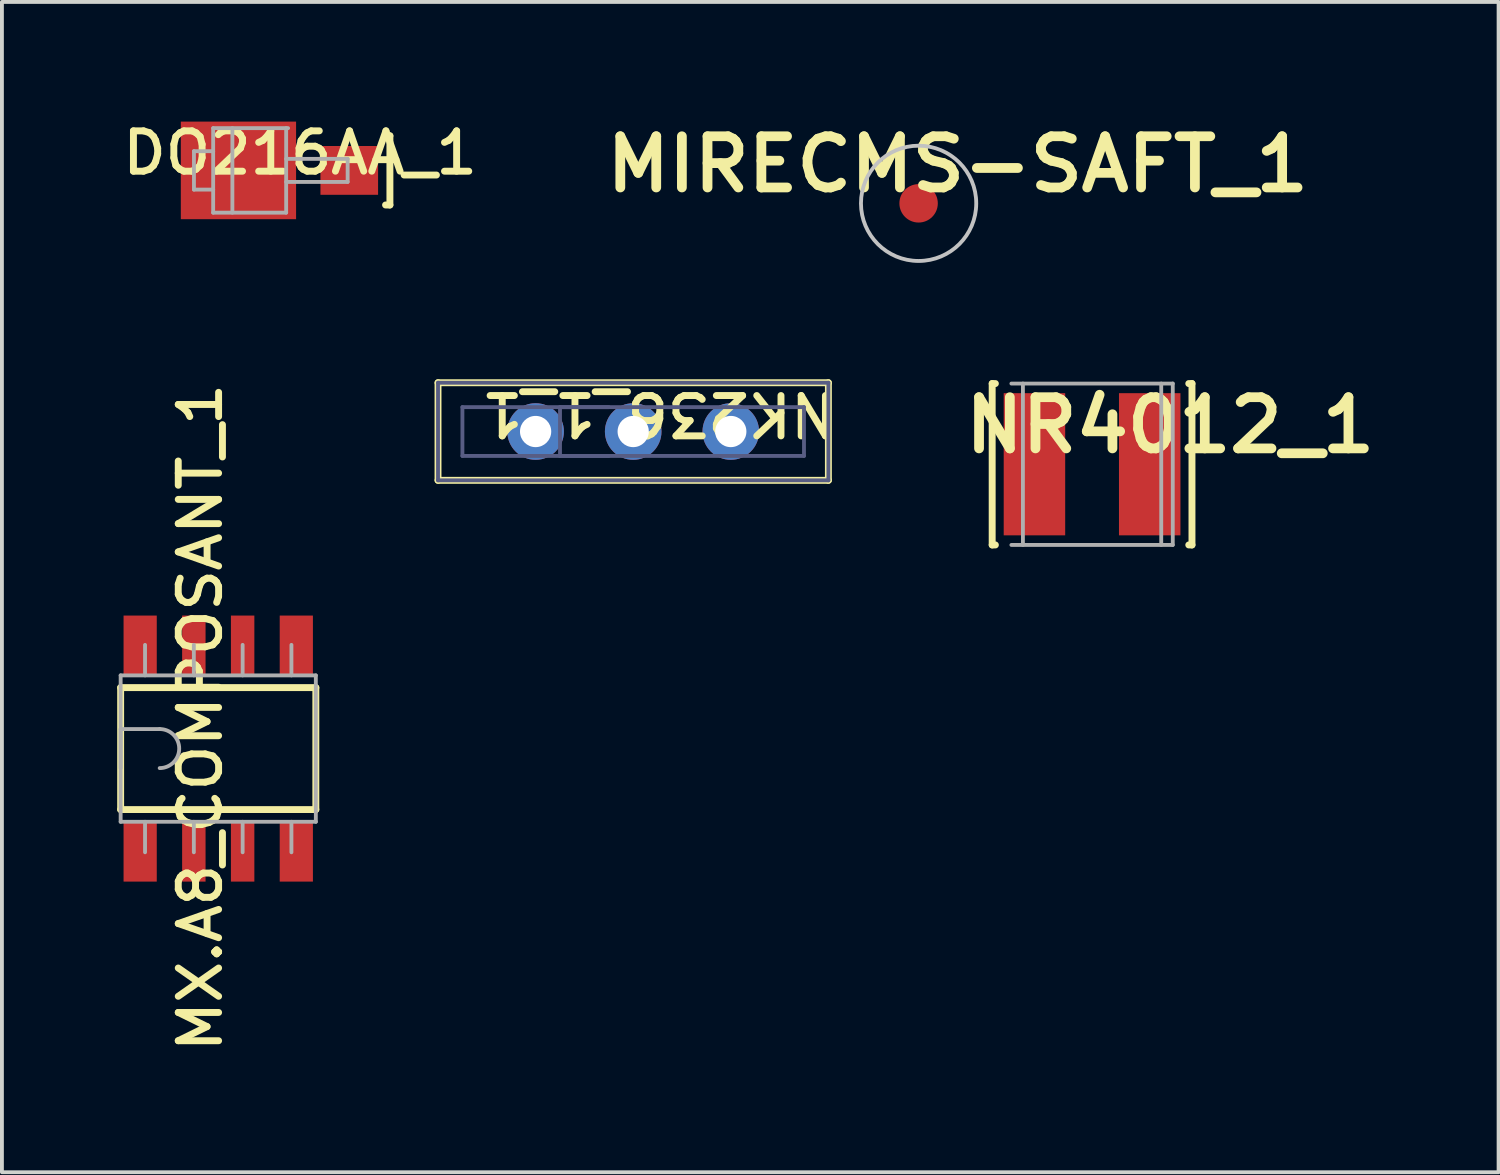
<source format=kicad_pcb>
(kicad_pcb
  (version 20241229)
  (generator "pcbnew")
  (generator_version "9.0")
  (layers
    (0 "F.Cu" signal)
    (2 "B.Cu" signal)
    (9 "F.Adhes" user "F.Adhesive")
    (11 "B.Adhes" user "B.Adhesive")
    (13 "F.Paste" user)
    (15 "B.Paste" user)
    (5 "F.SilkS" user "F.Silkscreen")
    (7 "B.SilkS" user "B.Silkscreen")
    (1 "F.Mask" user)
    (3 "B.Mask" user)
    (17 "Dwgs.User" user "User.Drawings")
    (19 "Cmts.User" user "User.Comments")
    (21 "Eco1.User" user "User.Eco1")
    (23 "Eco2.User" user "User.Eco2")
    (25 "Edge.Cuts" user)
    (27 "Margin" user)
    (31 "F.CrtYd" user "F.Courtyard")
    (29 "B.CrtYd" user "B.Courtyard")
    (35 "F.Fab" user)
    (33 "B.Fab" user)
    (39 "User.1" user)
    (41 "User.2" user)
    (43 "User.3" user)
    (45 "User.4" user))
  (footprint "NK236_1_1"
    (layer "F.Cu")
    (at 13.43 8.181)
    (property "Reference" "NK236_1_1" (at 0.666 -0.46 180) (unlocked yes) (layer "F.SilkS") (effects (font (size 1.05 1.104) (thickness 0.18))))
    (attr smd)
    (fp_line (start -5.08 -1.27) (end -5.08 1.27) (stroke (width 0.18) (type solid)) (layer "F.SilkS"))
    (fp_line (start 5.08 -1.27) (end -5.08 -1.27) (stroke (width 0.18) (type solid)) (layer "F.SilkS"))
    (fp_line (start 5.08 -1.27) (end 5.08 1.27) (stroke (width 0.18) (type solid)) (layer "F.SilkS"))
    (fp_line (start 5.08 1.27) (end -5.08 1.27) (stroke (width 0.18) (type solid)) (layer "F.SilkS"))
    (fp_line (start -5.08 -1.27) (end -5.08 1.27) (stroke (width 0.1) (type solid)) (layer "B.Fab"))
    (fp_line (start -4.445 -0.635) (end -4.445 0.635) (stroke (width 0.1) (type solid)) (layer "B.Fab"))
    (fp_line (start -1.905 -0.635) (end -1.905 0.635) (stroke (width 0.1) (type solid)) (layer "B.Fab"))
    (fp_line (start -0.635 -0.635) (end -1.905 -0.635) (stroke (width 0.1) (type solid)) (layer "B.Fab"))
    (fp_line (start -0.635 0.635) (end -1.905 0.635) (stroke (width 0.1) (type solid)) (layer "B.Fab"))
    (fp_line (start 4.445 -0.635) (end -4.445 -0.635) (stroke (width 0.1) (type solid)) (layer "B.Fab"))
    (fp_line (start 4.445 -0.635) (end 4.445 0.635) (stroke (width 0.1) (type solid)) (layer "B.Fab"))
    (fp_line (start 4.445 0.635) (end -4.445 0.635) (stroke (width 0.1) (type solid)) (layer "B.Fab"))
    (fp_line (start 5.08 -1.27) (end -5.08 -1.27) (stroke (width 0.1) (type solid)) (layer "B.Fab"))
    (fp_line (start 5.08 -1.27) (end 5.08 1.27) (stroke (width 0.1) (type solid)) (layer "B.Fab"))
    (fp_line (start 5.08 1.27) (end -5.08 1.27) (stroke (width 0.1) (type solid)) (layer "B.Fab"))
    (pad "1" thru_hole circle (at 0 0 180) (size 1.473 1.473) (drill 0.813) (layers "*.Cu" "*.Mask"))
    (pad "2" thru_hole circle (at -2.54 0 180) (size 1.473 1.473) (drill 0.813) (layers "*.Cu" "*.Mask"))
    (pad "3" thru_hole circle (at 2.54 0 180) (size 1.473 1.473) (drill 0.813) (layers "*.Cu" "*.Mask")))
  (footprint "MX.A8_COMPOSANT_1"
    (layer "F.Cu")
    (at 2.63 16.433)
    (property "Reference" "MX.A8_COMPOSANT_1" (at -0.467 -0.808 90) (unlocked yes) (layer "F.SilkS") (effects (font (size 1.05 1.104) (thickness 0.18))))
    (attr smd)
    (fp_line (start -2.54 -1.587) (end 2.54 -1.587) (stroke (width 0.18) (type solid)) (layer "F.SilkS"))
    (fp_line (start -2.54 1.587) (end -2.54 -1.587) (stroke (width 0.18) (type solid)) (layer "F.SilkS"))
    (fp_line (start -2.54 1.587) (end 2.54 1.587) (stroke (width 0.18) (type solid)) (layer "F.SilkS"))
    (fp_line (start 2.54 1.587) (end 2.54 -1.587) (stroke (width 0.18) (type solid)) (layer "F.SilkS"))
    (fp_line (start -2.54 -1.905) (end 2.54 -1.905) (stroke (width 0.1) (type solid)) (layer "F.Fab"))
    (fp_line (start -2.54 -0.508) (end -1.524 -0.508) (stroke (width 0.1) (type solid)) (layer "F.Fab"))
    (fp_line (start -2.54 0.508) (end -2.54 -0.508) (stroke (width 0.1) (type solid)) (layer "F.Fab"))
    (fp_line (start -2.54 1.905) (end -2.54 -1.905) (stroke (width 0.1) (type solid)) (layer "F.Fab"))
    (fp_line (start -2.54 1.905) (end 2.54 1.905) (stroke (width 0.1) (type solid)) (layer "F.Fab"))
    (fp_line (start -1.905 -1.905) (end -1.905 -2.699) (stroke (width 0.1) (type solid)) (layer "F.Fab"))
    (fp_line (start -1.905 2.699) (end -1.905 1.905) (stroke (width 0.1) (type solid)) (layer "F.Fab"))
    (fp_line (start -0.635 -1.905) (end -0.635 -2.699) (stroke (width 0.1) (type solid)) (layer "F.Fab"))
    (fp_line (start -0.635 2.699) (end -0.635 1.905) (stroke (width 0.1) (type solid)) (layer "F.Fab"))
    (fp_line (start 0.635 -1.905) (end 0.635 -2.699) (stroke (width 0.1) (type solid)) (layer "F.Fab"))
    (fp_line (start 0.635 2.699) (end 0.635 1.905) (stroke (width 0.1) (type solid)) (layer "F.Fab"))
    (fp_line (start 1.905 -1.905) (end 1.905 -2.699) (stroke (width 0.1) (type solid)) (layer "F.Fab"))
    (fp_line (start 1.905 2.699) (end 1.905 1.905) (stroke (width 0.1) (type solid)) (layer "F.Fab"))
    (fp_line (start 2.54 1.905) (end 2.54 -1.905) (stroke (width 0.1) (type solid)) (layer "F.Fab"))
    (fp_arc (start -1.52399 -0.508) (mid -1.01599 0) (end -1.52399 0.508) (stroke (width 0.1) (type solid)) (layer "F.Fab"))
    (pad "1" smd rect (at -2.032 2.7) (size 0.864 1.524) (layers "F.Cu" "F.Mask" "F.Paste"))
    (pad "2" smd rect (at -0.635 2.7) (size 0.61 1.524) (layers "F.Cu" "F.Mask" "F.Paste"))
    (pad "3" smd rect (at 0.635 2.7) (size 0.61 1.524) (layers "F.Cu" "F.Mask" "F.Paste"))
    (pad "4" smd rect (at 2.032 2.7) (size 0.864 1.524) (layers "F.Cu" "F.Mask" "F.Paste"))
    (pad "5" smd rect (at 2.032 -2.7) (size 0.864 1.524) (layers "F.Cu" "F.Mask" "F.Paste"))
    (pad "6" smd rect (at 0.635 -2.7) (size 0.61 1.524) (layers "F.Cu" "F.Mask" "F.Paste"))
    (pad "7" smd rect (at -0.635 -2.7) (size 0.61 1.524) (layers "F.Cu" "F.Mask" "F.Paste"))
    (pad "8" smd rect (at -2.032 -2.7) (size 0.864 1.524) (layers "F.Cu" "F.Mask" "F.Paste")))
  (footprint "MIRECMS-SAFT_1"
    (layer "F.Cu")
    (at 20.858 2.242)
    (property "Reference" "MIRECMS-SAFT_1" (at 1.016 -1.016 0) (unlocked yes) (layer "F.SilkS") (effects (font (size 1.333 1.402) (thickness 0.254))))
    (attr smd)
    (fp_circle (center 0 0) (end 1.5 0) (stroke (width 0.1) (type solid)) (fill no) (layer "Dwgs.User"))
    (pad "1" smd circle (at 0 0) (size 1 1) (layers "F.Cu" "F.Mask" "F.Paste")))
  (footprint "NR4012_1"
    (layer "F.Cu")
    (at 25.373 9.033)
    (property "Reference" "NR4012_1" (at 2.032 -1.016 0) (unlocked yes) (layer "F.SilkS") (effects (font (size 1.333 1.402) (thickness 0.254))))
    (attr smd)
    (fp_line (start -2.6 -2.1) (end -2.517 -2.1) (stroke (width 0.18) (type solid)) (layer "F.SilkS"))
    (fp_line (start -2.6 2.1) (end -2.6 -2.1) (stroke (width 0.18) (type solid)) (layer "F.SilkS"))
    (fp_line (start -2.6 2.1) (end -2.517 2.1) (stroke (width 0.18) (type solid)) (layer "F.SilkS"))
    (fp_line (start 2.517 -2.1) (end 2.6 -2.1) (stroke (width 0.18) (type solid)) (layer "F.SilkS"))
    (fp_line (start 2.517 2.1) (end 2.6 2.1) (stroke (width 0.18) (type solid)) (layer "F.SilkS"))
    (fp_line (start 2.6 2.1) (end 2.6 -2.1) (stroke (width 0.18) (type solid)) (layer "F.SilkS"))
    (fp_line (start -2.1 -2.1) (end 2.1 -2.1) (stroke (width 0.1) (type solid)) (layer "F.Fab"))
    (fp_line (start -2.1 2.1) (end 2.1 2.1) (stroke (width 0.1) (type solid)) (layer "F.Fab"))
    (fp_line (start -1.8 2.1) (end -1.8 -2.1) (stroke (width 0.1) (type solid)) (layer "F.Fab"))
    (fp_line (start 1.8 2.1) (end 1.8 -2.1) (stroke (width 0.1) (type solid)) (layer "F.Fab"))
    (fp_line (start 2.1 2.1) (end 2.1 -2.1) (stroke (width 0.1) (type solid)) (layer "F.Fab"))
    (pad "1" smd rect (at -1.5 0) (size 1.6 3.7) (layers "F.Cu" "F.Mask" "F.Paste"))
    (pad "2" smd rect (at 1.5 0) (size 1.6 3.7) (layers "F.Cu" "F.Mask" "F.Paste")))
  (footprint "DO216AA_1"
    (layer "F.Cu")
    (at 4.598 1.385)
    (property "Reference" "DO216AA_1" (at 0.162 -0.456 0) (unlocked yes) (layer "F.SilkS") (effects (font (size 1.05 1.104) (thickness 0.18))))
    (attr smd)
    (fp_line (start 2.387 -0.9) (end 2.5 -0.9) (stroke (width 0.18) (type solid)) (layer "F.SilkS"))
    (fp_line (start 2.387 0.9) (end 2.5 0.9) (stroke (width 0.18) (type solid)) (layer "F.SilkS"))
    (fp_line (start 2.5 0.9) (end 2.5 -0.9) (stroke (width 0.18) (type solid)) (layer "F.SilkS"))
    (fp_line (start -2.6 -0.5) (end -2.1 -0.5) (stroke (width 0.1) (type solid)) (layer "F.Fab"))
    (fp_line (start -2.6 0.5) (end -2.6 -0.5) (stroke (width 0.1) (type solid)) (layer "F.Fab"))
    (fp_line (start -2.6 0.5) (end -2.1 0.5) (stroke (width 0.1) (type solid)) (layer "F.Fab"))
    (fp_line (start -2.1 -1.1) (end -0.15 -1.1) (stroke (width 0.1) (type solid)) (layer "F.Fab"))
    (fp_line (start -2.1 -0.5) (end -2.1 -1.1) (stroke (width 0.1) (type solid)) (layer "F.Fab"))
    (fp_line (start -2.1 0.5) (end -2.1 -0.5) (stroke (width 0.1) (type solid)) (layer "F.Fab"))
    (fp_line (start -2.1 1.1) (end -2.1 0.5) (stroke (width 0.1) (type solid)) (layer "F.Fab"))
    (fp_line (start -2.1 1.1) (end -0.2 1.1) (stroke (width 0.1) (type solid)) (layer "F.Fab"))
    (fp_line (start -1.6 1.1) (end -1.6 -1.1) (stroke (width 0.1) (type solid)) (layer "F.Fab"))
    (fp_line (start -0.2 -0.3) (end 1.4 -0.3) (stroke (width 0.1) (type solid)) (layer "F.Fab"))
    (fp_line (start -0.2 0.3) (end 1.4 0.3) (stroke (width 0.1) (type solid)) (layer "F.Fab"))
    (fp_line (start -0.2 1.1) (end -0.2 -1.1) (stroke (width 0.1) (type solid)) (layer "F.Fab"))
    (fp_line (start 1.4 0.3) (end 1.4 -0.3) (stroke (width 0.1) (type solid)) (layer "F.Fab"))
    (pad "A" smd rect (at 1.442 0 90) (size 1.27 1.5) (layers "F.Cu" "F.Mask" "F.Paste"))
    (pad "K" smd rect (at -1.442 0 90) (size 2.54 3) (layers "F.Cu" "F.Mask" "F.Paste")))
  (gr_rect
    (start -3 -3)
    (end 35.953 27.459)
    (stroke (width 0.1) (type default))
    (fill no)
    (layer "Edge.Cuts")))
</source>
